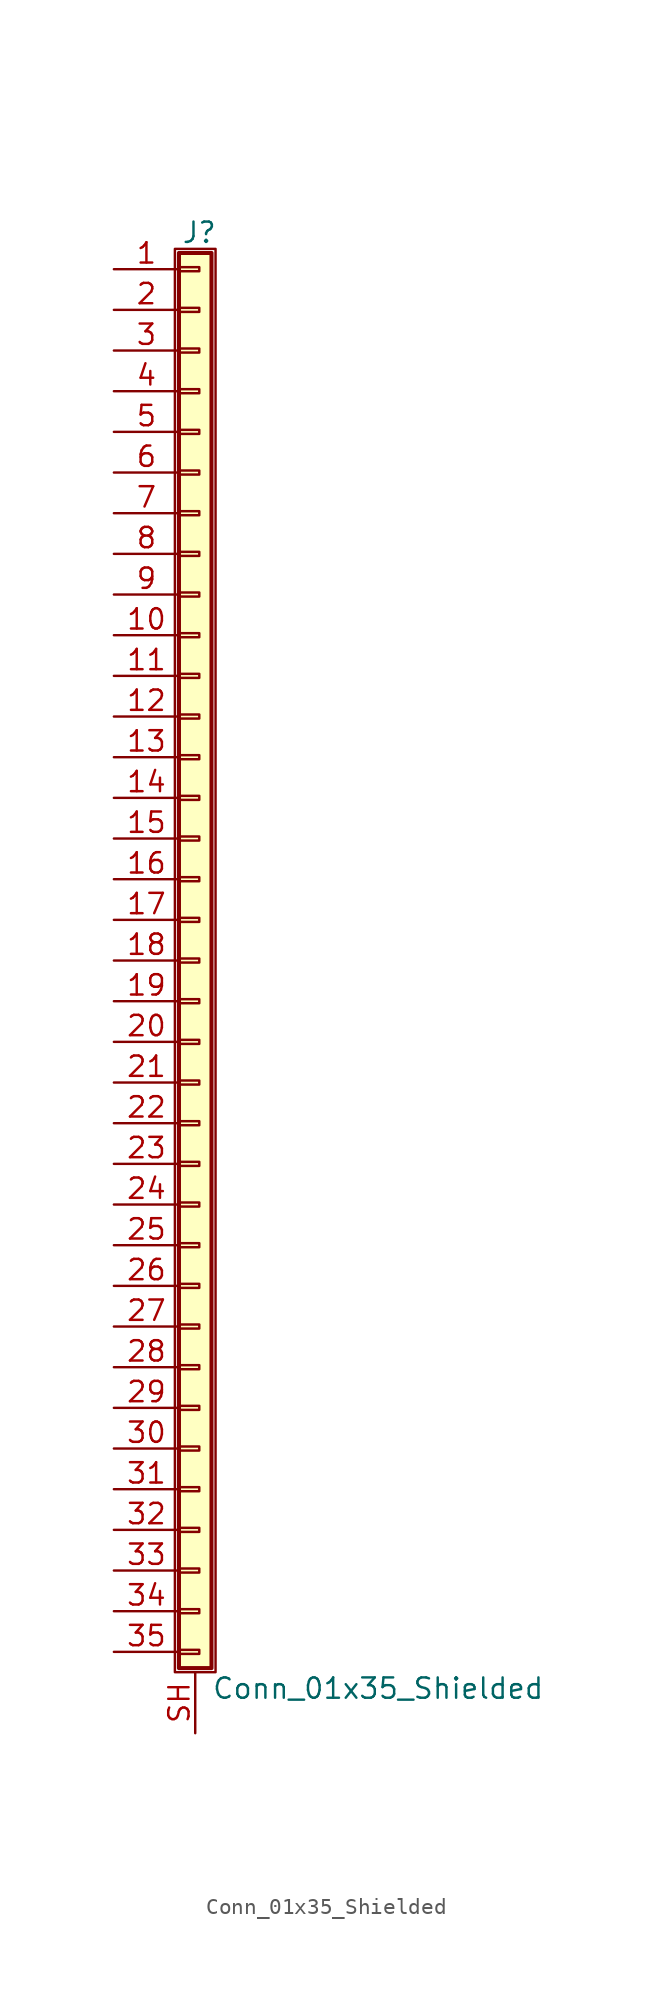
<source format=kicad_sym>
(kicad_symbol_lib
  (version 20201005)
  (generator kicad_symbol_editor)
  (symbol "Conn_01x35_Shielded"
    (pin_names
      (offset 1.016) hide)
    (property "Reference" "J"
      (at 0.254 45.466 0)
      (effects (font (size 1.27 1.27))))
    (property "Value" "Conn_01x35_Shielded"
      (at 1.016 -45.466 0)
      (effects (font (size 1.27 1.27)) (justify left)))
    (symbol "Conn_01x35_Shielded_1_1"
      (rectangle (start -1.27 44.45) (end 1.27 -44.45) (stroke (width 0.152)) (fill (type none)))
      (rectangle (start -1.016 -43.053) (end 0.254 -43.307) (stroke (width 0.152)) (fill (type none)))
      (rectangle (start -1.016 -40.513) (end 0.254 -40.767) (stroke (width 0.152)) (fill (type none)))
      (rectangle (start -1.016 -37.973) (end 0.254 -38.227) (stroke (width 0.152)) (fill (type none)))
      (rectangle (start -1.016 -35.433) (end 0.254 -35.687) (stroke (width 0.152)) (fill (type none)))
      (rectangle (start -1.016 -32.893) (end 0.254 -33.147) (stroke (width 0.152)) (fill (type none)))
      (rectangle (start -1.016 -30.353) (end 0.254 -30.607) (stroke (width 0.152)) (fill (type none)))
      (rectangle (start -1.016 -27.813) (end 0.254 -28.067) (stroke (width 0.152)) (fill (type none)))
      (rectangle (start -1.016 -25.273) (end 0.254 -25.527) (stroke (width 0.152)) (fill (type none)))
      (rectangle (start -1.016 -22.733) (end 0.254 -22.987) (stroke (width 0.152)) (fill (type none)))
      (rectangle (start -1.016 -20.193) (end 0.254 -20.447) (stroke (width 0.152)) (fill (type none)))
      (rectangle (start -1.016 -17.653) (end 0.254 -17.907) (stroke (width 0.152)) (fill (type none)))
      (rectangle (start -1.016 -15.113) (end 0.254 -15.367) (stroke (width 0.152)) (fill (type none)))
      (rectangle (start -1.016 -12.573) (end 0.254 -12.827) (stroke (width 0.152)) (fill (type none)))
      (rectangle (start -1.016 -10.033) (end 0.254 -10.287) (stroke (width 0.152)) (fill (type none)))
      (rectangle (start -1.016 -7.493) (end 0.254 -7.747) (stroke (width 0.152)) (fill (type none)))
      (rectangle (start -1.016 -4.953) (end 0.254 -5.207) (stroke (width 0.152)) (fill (type none)))
      (rectangle (start -1.016 -2.413) (end 0.254 -2.667) (stroke (width 0.152)) (fill (type none)))
      (rectangle (start -1.016 0.127) (end 0.254 -0.127) (stroke (width 0.152)) (fill (type none)))
      (rectangle (start -1.016 2.667) (end 0.254 2.413) (stroke (width 0.152)) (fill (type none)))
      (rectangle (start -1.016 5.207) (end 0.254 4.953) (stroke (width 0.152)) (fill (type none)))
      (rectangle (start -1.016 7.747) (end 0.254 7.493) (stroke (width 0.152)) (fill (type none)))
      (rectangle (start -1.016 10.287) (end 0.254 10.033) (stroke (width 0.152)) (fill (type none)))
      (rectangle (start -1.016 12.827) (end 0.254 12.573) (stroke (width 0.152)) (fill (type none)))
      (rectangle (start -1.016 15.367) (end 0.254 15.113) (stroke (width 0.152)) (fill (type none)))
      (rectangle (start -1.016 17.907) (end 0.254 17.653) (stroke (width 0.152)) (fill (type none)))
      (rectangle (start -1.016 20.447) (end 0.254 20.193) (stroke (width 0.152)) (fill (type none)))
      (rectangle (start -1.016 22.987) (end 0.254 22.733) (stroke (width 0.152)) (fill (type none)))
      (rectangle (start -1.016 25.527) (end 0.254 25.273) (stroke (width 0.152)) (fill (type none)))
      (rectangle (start -1.016 28.067) (end 0.254 27.813) (stroke (width 0.152)) (fill (type none)))
      (rectangle (start -1.016 30.607) (end 0.254 30.353) (stroke (width 0.152)) (fill (type none)))
      (rectangle (start -1.016 33.147) (end 0.254 32.893) (stroke (width 0.152)) (fill (type none)))
      (rectangle (start -1.016 35.687) (end 0.254 35.433) (stroke (width 0.152)) (fill (type none)))
      (rectangle (start -1.016 38.227) (end 0.254 37.973) (stroke (width 0.152)) (fill (type none)))
      (rectangle (start -1.016 40.767) (end 0.254 40.513) (stroke (width 0.152)) (fill (type none)))
      (rectangle (start -1.016 43.307) (end 0.254 43.053) (stroke (width 0.152)) (fill (type none)))
      (rectangle (start -1.016 44.196) (end 1.016 -44.196) (stroke (width 0.254)) (fill (type background)))
      (pin passive line (at -5.08 43.18 0) (length 4.064) (name "Pin_1" (effects (font (size 1.27 1.27)))) (number "1" (effects (font (size 1.27 1.27)))))
      (pin passive line (at -5.08 20.32 0) (length 4.064) (name "Pin_10" (effects (font (size 1.27 1.27)))) (number "10" (effects (font (size 1.27 1.27)))))
      (pin passive line (at -5.08 17.78 0) (length 4.064) (name "Pin_11" (effects (font (size 1.27 1.27)))) (number "11" (effects (font (size 1.27 1.27)))))
      (pin passive line (at -5.08 15.24 0) (length 4.064) (name "Pin_12" (effects (font (size 1.27 1.27)))) (number "12" (effects (font (size 1.27 1.27)))))
      (pin passive line (at -5.08 12.7 0) (length 4.064) (name "Pin_13" (effects (font (size 1.27 1.27)))) (number "13" (effects (font (size 1.27 1.27)))))
      (pin passive line (at -5.08 10.16 0) (length 4.064) (name "Pin_14" (effects (font (size 1.27 1.27)))) (number "14" (effects (font (size 1.27 1.27)))))
      (pin passive line (at -5.08 7.62 0) (length 4.064) (name "Pin_15" (effects (font (size 1.27 1.27)))) (number "15" (effects (font (size 1.27 1.27)))))
      (pin passive line (at -5.08 5.08 0) (length 4.064) (name "Pin_16" (effects (font (size 1.27 1.27)))) (number "16" (effects (font (size 1.27 1.27)))))
      (pin passive line (at -5.08 2.54 0) (length 4.064) (name "Pin_17" (effects (font (size 1.27 1.27)))) (number "17" (effects (font (size 1.27 1.27)))))
      (pin passive line (at -5.08 0 0) (length 4.064) (name "Pin_18" (effects (font (size 1.27 1.27)))) (number "18" (effects (font (size 1.27 1.27)))))
      (pin passive line (at -5.08 -2.54 0) (length 4.064) (name "Pin_19" (effects (font (size 1.27 1.27)))) (number "19" (effects (font (size 1.27 1.27)))))
      (pin passive line (at -5.08 40.64 0) (length 4.064) (name "Pin_2" (effects (font (size 1.27 1.27)))) (number "2" (effects (font (size 1.27 1.27)))))
      (pin passive line (at -5.08 -5.08 0) (length 4.064) (name "Pin_20" (effects (font (size 1.27 1.27)))) (number "20" (effects (font (size 1.27 1.27)))))
      (pin passive line (at -5.08 -7.62 0) (length 4.064) (name "Pin_21" (effects (font (size 1.27 1.27)))) (number "21" (effects (font (size 1.27 1.27)))))
      (pin passive line (at -5.08 -10.16 0) (length 4.064) (name "Pin_22" (effects (font (size 1.27 1.27)))) (number "22" (effects (font (size 1.27 1.27)))))
      (pin passive line (at -5.08 -12.7 0) (length 4.064) (name "Pin_23" (effects (font (size 1.27 1.27)))) (number "23" (effects (font (size 1.27 1.27)))))
      (pin passive line (at -5.08 -15.24 0) (length 4.064) (name "Pin_24" (effects (font (size 1.27 1.27)))) (number "24" (effects (font (size 1.27 1.27)))))
      (pin passive line (at -5.08 -17.78 0) (length 4.064) (name "Pin_25" (effects (font (size 1.27 1.27)))) (number "25" (effects (font (size 1.27 1.27)))))
      (pin passive line (at -5.08 -20.32 0) (length 4.064) (name "Pin_26" (effects (font (size 1.27 1.27)))) (number "26" (effects (font (size 1.27 1.27)))))
      (pin passive line (at -5.08 -22.86 0) (length 4.064) (name "Pin_27" (effects (font (size 1.27 1.27)))) (number "27" (effects (font (size 1.27 1.27)))))
      (pin passive line (at -5.08 -25.4 0) (length 4.064) (name "Pin_28" (effects (font (size 1.27 1.27)))) (number "28" (effects (font (size 1.27 1.27)))))
      (pin passive line (at -5.08 -27.94 0) (length 4.064) (name "Pin_29" (effects (font (size 1.27 1.27)))) (number "29" (effects (font (size 1.27 1.27)))))
      (pin passive line (at -5.08 38.1 0) (length 4.064) (name "Pin_3" (effects (font (size 1.27 1.27)))) (number "3" (effects (font (size 1.27 1.27)))))
      (pin passive line (at -5.08 -30.48 0) (length 4.064) (name "Pin_30" (effects (font (size 1.27 1.27)))) (number "30" (effects (font (size 1.27 1.27)))))
      (pin passive line (at -5.08 -33.02 0) (length 4.064) (name "Pin_31" (effects (font (size 1.27 1.27)))) (number "31" (effects (font (size 1.27 1.27)))))
      (pin passive line (at -5.08 -35.56 0) (length 4.064) (name "Pin_32" (effects (font (size 1.27 1.27)))) (number "32" (effects (font (size 1.27 1.27)))))
      (pin passive line (at -5.08 -38.1 0) (length 4.064) (name "Pin_33" (effects (font (size 1.27 1.27)))) (number "33" (effects (font (size 1.27 1.27)))))
      (pin passive line (at -5.08 -40.64 0) (length 4.064) (name "Pin_34" (effects (font (size 1.27 1.27)))) (number "34" (effects (font (size 1.27 1.27)))))
      (pin passive line (at -5.08 -43.18 0) (length 4.064) (name "Pin_35" (effects (font (size 1.27 1.27)))) (number "35" (effects (font (size 1.27 1.27)))))
      (pin passive line (at -5.08 35.56 0) (length 4.064) (name "Pin_4" (effects (font (size 1.27 1.27)))) (number "4" (effects (font (size 1.27 1.27)))))
      (pin passive line (at -5.08 33.02 0) (length 4.064) (name "Pin_5" (effects (font (size 1.27 1.27)))) (number "5" (effects (font (size 1.27 1.27)))))
      (pin passive line (at -5.08 30.48 0) (length 4.064) (name "Pin_6" (effects (font (size 1.27 1.27)))) (number "6" (effects (font (size 1.27 1.27)))))
      (pin passive line (at -5.08 27.94 0) (length 4.064) (name "Pin_7" (effects (font (size 1.27 1.27)))) (number "7" (effects (font (size 1.27 1.27)))))
      (pin passive line (at -5.08 25.4 0) (length 4.064) (name "Pin_8" (effects (font (size 1.27 1.27)))) (number "8" (effects (font (size 1.27 1.27)))))
      (pin passive line (at -5.08 22.86 0) (length 4.064) (name "Pin_9" (effects (font (size 1.27 1.27)))) (number "9" (effects (font (size 1.27 1.27)))))
      (pin passive line (at 0 -48.26 90) (length 3.81) (name "Shield" (effects (font (size 1.27 1.27)))) (number "SH" (effects (font (size 1.27 1.27))))))))
</source>
